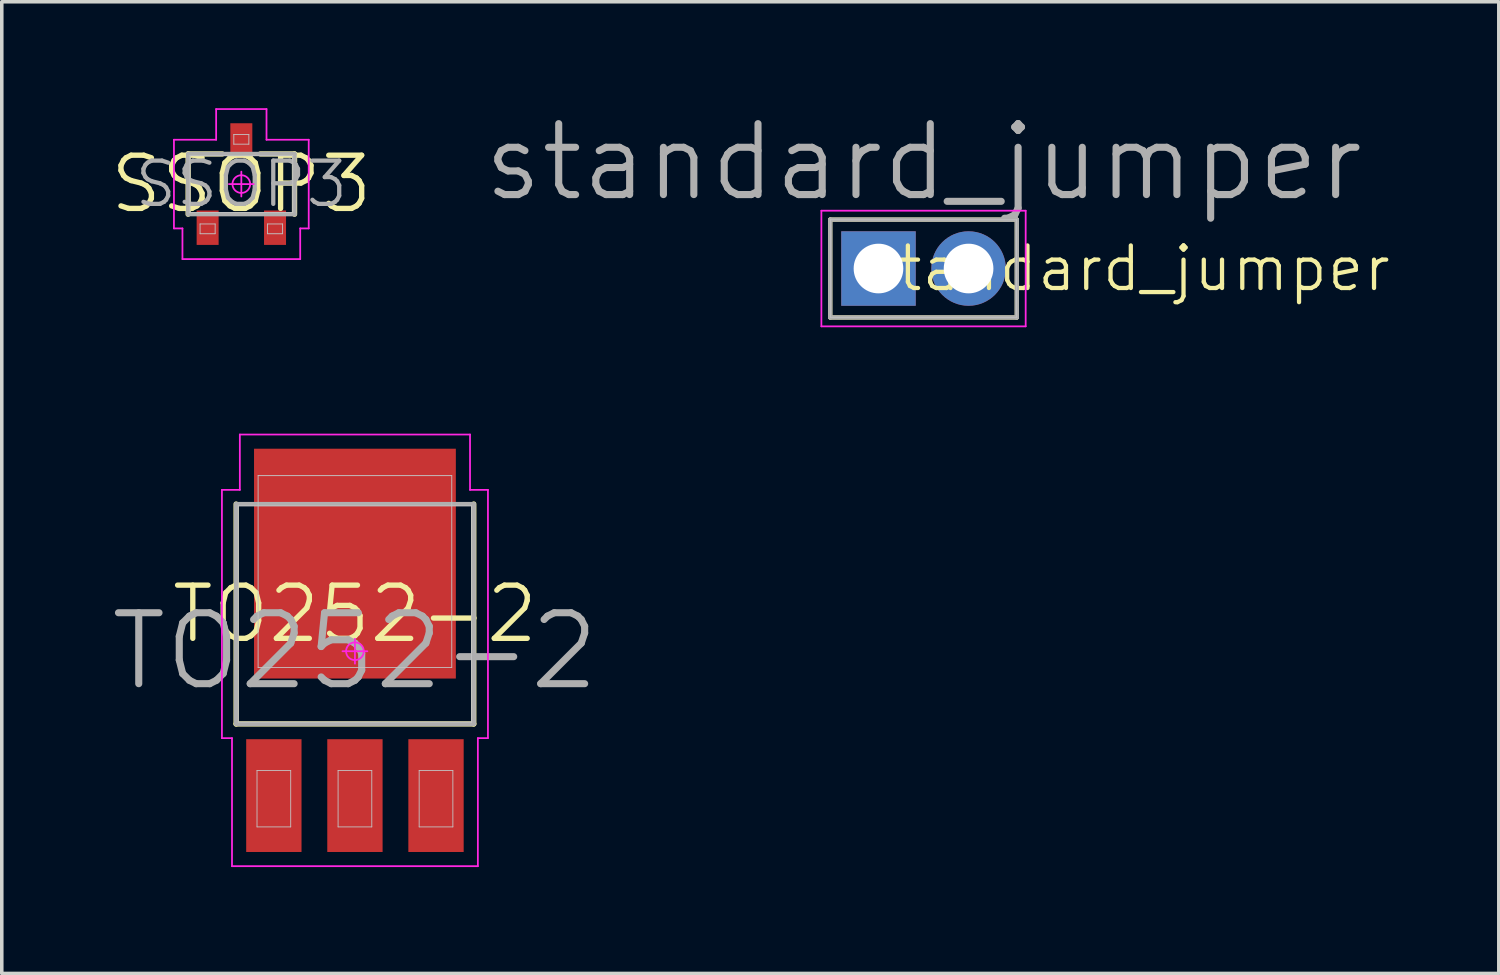
<source format=kicad_pcb>
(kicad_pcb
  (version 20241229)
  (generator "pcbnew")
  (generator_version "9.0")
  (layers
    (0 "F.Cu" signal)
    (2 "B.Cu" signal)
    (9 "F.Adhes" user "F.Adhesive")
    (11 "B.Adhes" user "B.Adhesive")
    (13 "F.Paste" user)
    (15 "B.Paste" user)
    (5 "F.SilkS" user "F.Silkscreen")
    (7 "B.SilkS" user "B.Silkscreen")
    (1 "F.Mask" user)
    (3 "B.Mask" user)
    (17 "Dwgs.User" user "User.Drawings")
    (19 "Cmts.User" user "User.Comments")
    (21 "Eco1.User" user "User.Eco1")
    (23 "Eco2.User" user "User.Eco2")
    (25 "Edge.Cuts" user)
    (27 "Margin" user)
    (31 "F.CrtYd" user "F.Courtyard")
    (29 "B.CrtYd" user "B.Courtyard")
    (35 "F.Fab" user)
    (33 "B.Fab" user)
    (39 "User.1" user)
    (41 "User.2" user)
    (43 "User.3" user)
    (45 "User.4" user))
  (footprint "SSOP3"
    (layer "F.Cu")
    (at 3.754 2.14)
    (property "Reference" "SSOP3" (at 0 0 0) (layer "F.SilkS") (effects (font (size 1.5 1.5) (thickness 0.15))))
    (attr smd)
    (fp_line (start -1.5 -0.85) (end -0.535 -0.85) (stroke (width 0.15) (type solid)) (layer "F.SilkS"))
    (fp_line (start -1.5 0.85) (end -1.5 -0.85) (stroke (width 0.15) (type solid)) (layer "F.SilkS"))
    (fp_line (start 1.5 -0.85) (end 0.535 -0.85) (stroke (width 0.15) (type solid)) (layer "F.SilkS"))
    (fp_line (start 1.5 0.85) (end 1.5 -0.85) (stroke (width 0.15) (type solid)) (layer "F.SilkS"))
    (fp_line (start -1.45 -0.8) (end 1.45 -0.8) (stroke (width 0.025) (type solid)) (layer "Dwgs.User"))
    (fp_line (start -1.45 0.8) (end -1.45 -0.8) (stroke (width 0.025) (type solid)) (layer "Dwgs.User"))
    (fp_line (start -1.163 1.125) (end -0.738 1.125) (stroke (width 0.025) (type solid)) (layer "Dwgs.User"))
    (fp_line (start -1.163 1.4) (end -1.163 1.125) (stroke (width 0.025) (type solid)) (layer "Dwgs.User"))
    (fp_line (start -0.738 1.125) (end -0.738 1.4) (stroke (width 0.025) (type solid)) (layer "Dwgs.User"))
    (fp_line (start -0.738 1.4) (end -1.163 1.4) (stroke (width 0.025) (type solid)) (layer "Dwgs.User"))
    (fp_line (start -0.212 -1.4) (end 0.212 -1.4) (stroke (width 0.025) (type solid)) (layer "Dwgs.User"))
    (fp_line (start -0.212 -1.125) (end -0.212 -1.4) (stroke (width 0.025) (type solid)) (layer "Dwgs.User"))
    (fp_line (start 0.212 -1.4) (end 0.212 -1.125) (stroke (width 0.025) (type solid)) (layer "Dwgs.User"))
    (fp_line (start 0.212 -1.125) (end -0.212 -1.125) (stroke (width 0.025) (type solid)) (layer "Dwgs.User"))
    (fp_line (start 0.738 1.125) (end 1.163 1.125) (stroke (width 0.025) (type solid)) (layer "Dwgs.User"))
    (fp_line (start 0.738 1.4) (end 0.738 1.125) (stroke (width 0.025) (type solid)) (layer "Dwgs.User"))
    (fp_line (start 1.163 1.125) (end 1.163 1.4) (stroke (width 0.025) (type solid)) (layer "Dwgs.User"))
    (fp_line (start 1.163 1.4) (end 0.738 1.4) (stroke (width 0.025) (type solid)) (layer "Dwgs.User"))
    (fp_line (start 1.45 -0.8) (end 1.45 0.8) (stroke (width 0.025) (type solid)) (layer "Dwgs.User"))
    (fp_line (start 1.45 0.8) (end -1.45 0.8) (stroke (width 0.025) (type solid)) (layer "Dwgs.User"))
    (fp_line (start -1.9 -1.25) (end -1.9 1.25) (stroke (width 0.05) (type solid)) (layer "F.CrtYd"))
    (fp_line (start -1.9 1.25) (end -1.66 1.25) (stroke (width 0.05) (type solid)) (layer "F.CrtYd"))
    (fp_line (start -1.66 1.25) (end -1.66 2.115) (stroke (width 0.05) (type solid)) (layer "F.CrtYd"))
    (fp_line (start -1.66 2.115) (end 1.66 2.115) (stroke (width 0.05) (type solid)) (layer "F.CrtYd"))
    (fp_line (start -0.71 -2.115) (end -0.71 -1.25) (stroke (width 0.05) (type solid)) (layer "F.CrtYd"))
    (fp_line (start -0.71 -1.25) (end -1.9 -1.25) (stroke (width 0.05) (type solid)) (layer "F.CrtYd"))
    (fp_line (start -0.35 0) (end 0.35 0) (stroke (width 0.05) (type solid)) (layer "F.CrtYd"))
    (fp_line (start 0 -0.35) (end 0 0.35) (stroke (width 0.05) (type solid)) (layer "F.CrtYd"))
    (fp_line (start 0.71 -2.115) (end -0.71 -2.115) (stroke (width 0.05) (type solid)) (layer "F.CrtYd"))
    (fp_line (start 0.71 -1.25) (end 0.71 -2.115) (stroke (width 0.05) (type solid)) (layer "F.CrtYd"))
    (fp_line (start 1.66 1.25) (end 1.9 1.25) (stroke (width 0.05) (type solid)) (layer "F.CrtYd"))
    (fp_line (start 1.66 2.115) (end 1.66 1.25) (stroke (width 0.05) (type solid)) (layer "F.CrtYd"))
    (fp_line (start 1.9 -1.25) (end 0.71 -1.25) (stroke (width 0.05) (type solid)) (layer "F.CrtYd"))
    (fp_line (start 1.9 1.25) (end 1.9 -1.25) (stroke (width 0.05) (type solid)) (layer "F.CrtYd"))
    (fp_circle (center 0 0) (end 0 0.25) (stroke (width 0.05) (type solid)) (fill no) (layer "F.CrtYd"))
    (fp_line (start -1.5 -0.85) (end 1.5 -0.85) (stroke (width 0.12) (type solid)) (layer "F.Fab"))
    (fp_line (start -1.5 0.85) (end -1.5 -0.85) (stroke (width 0.12) (type solid)) (layer "F.Fab"))
    (fp_line (start 1.5 -0.85) (end 1.5 0.85) (stroke (width 0.12) (type solid)) (layer "F.Fab"))
    (fp_line (start 1.5 0.85) (end -1.5 0.85) (stroke (width 0.12) (type solid)) (layer "F.Fab"))
    (fp_text user "${REFERENCE}" (at 0 0 0) (layer "F.Fab") (effects (font (size 1.22 1.22) (thickness 0.12))))
    (pad "1" smd rect (at -0.95 1.23 90) (size 0.97 0.62) (layers "F.Cu" "F.Mask" "F.Paste"))
    (pad "2" smd rect (at 0.95 1.23 90) (size 0.97 0.62) (layers "F.Cu" "F.Mask" "F.Paste"))
    (pad "3" smd rect (at 0 -1.23 90) (size 0.97 0.62) (layers "F.Cu" "F.Mask" "F.Paste")))
  (footprint "TO252-2"
    (layer "F.Cu")
    (at 6.957 15.311)
    (property "Reference" "TO252-2" (at 0 -1.05 0) (layer "F.SilkS") (effects (font (size 1.5 1.5) (thickness 0.15))))
    (attr smd)
    (fp_line (start -3.35 2.05) (end -3.35 -4.15) (stroke (width 0.15) (type solid)) (layer "F.SilkS"))
    (fp_line (start 3.35 -4.15) (end 3.35 2.05) (stroke (width 0.15) (type solid)) (layer "F.SilkS"))
    (fp_line (start 3.35 2.05) (end -3.35 2.05) (stroke (width 0.15) (type solid)) (layer "F.SilkS"))
    (fp_line (start -3.288 -4.1) (end 3.288 -4.1) (stroke (width 0.025) (type solid)) (layer "Dwgs.User"))
    (fp_line (start -3.288 2) (end -3.288 -4.1) (stroke (width 0.025) (type solid)) (layer "Dwgs.User"))
    (fp_line (start -2.761 3.362) (end -1.811 3.362) (stroke (width 0.025) (type solid)) (layer "Dwgs.User"))
    (fp_line (start -2.761 4.952) (end -2.761 3.362) (stroke (width 0.025) (type solid)) (layer "Dwgs.User"))
    (fp_line (start -2.73 -4.952) (end 2.73 -4.952) (stroke (width 0.025) (type solid)) (layer "Dwgs.User"))
    (fp_line (start -2.73 0.458) (end -2.73 -4.952) (stroke (width 0.025) (type solid)) (layer "Dwgs.User"))
    (fp_line (start -1.811 3.362) (end -1.811 4.952) (stroke (width 0.025) (type solid)) (layer "Dwgs.User"))
    (fp_line (start -1.811 4.952) (end -2.761 4.952) (stroke (width 0.025) (type solid)) (layer "Dwgs.User"))
    (fp_line (start -0.475 3.362) (end 0.475 3.362) (stroke (width 0.025) (type solid)) (layer "Dwgs.User"))
    (fp_line (start -0.475 4.952) (end -0.475 3.362) (stroke (width 0.025) (type solid)) (layer "Dwgs.User"))
    (fp_line (start 0.475 3.362) (end 0.475 4.952) (stroke (width 0.025) (type solid)) (layer "Dwgs.User"))
    (fp_line (start 0.475 4.952) (end -0.475 4.952) (stroke (width 0.025) (type solid)) (layer "Dwgs.User"))
    (fp_line (start 1.811 3.362) (end 2.761 3.362) (stroke (width 0.025) (type solid)) (layer "Dwgs.User"))
    (fp_line (start 1.811 4.952) (end 1.811 3.362) (stroke (width 0.025) (type solid)) (layer "Dwgs.User"))
    (fp_line (start 2.73 -4.952) (end 2.73 0.458) (stroke (width 0.025) (type solid)) (layer "Dwgs.User"))
    (fp_line (start 2.73 0.458) (end -2.73 0.458) (stroke (width 0.025) (type solid)) (layer "Dwgs.User"))
    (fp_line (start 2.761 3.362) (end 2.761 4.952) (stroke (width 0.025) (type solid)) (layer "Dwgs.User"))
    (fp_line (start 2.761 4.952) (end 1.811 4.952) (stroke (width 0.025) (type solid)) (layer "Dwgs.User"))
    (fp_line (start 3.288 -4.1) (end 3.288 2) (stroke (width 0.025) (type solid)) (layer "Dwgs.User"))
    (fp_line (start 3.288 2) (end -3.288 2) (stroke (width 0.025) (type solid)) (layer "Dwgs.User"))
    (fp_line (start -3.75 -4.55) (end -3.75 2.45) (stroke (width 0.05) (type solid)) (layer "F.CrtYd"))
    (fp_line (start -3.75 2.45) (end -3.466 2.45) (stroke (width 0.05) (type solid)) (layer "F.CrtYd"))
    (fp_line (start -3.466 2.45) (end -3.466 6.06) (stroke (width 0.05) (type solid)) (layer "F.CrtYd"))
    (fp_line (start -3.466 6.06) (end 3.466 6.06) (stroke (width 0.05) (type solid)) (layer "F.CrtYd"))
    (fp_line (start -3.245 -6.11) (end -3.245 -4.55) (stroke (width 0.05) (type solid)) (layer "F.CrtYd"))
    (fp_line (start -3.245 -4.55) (end -3.75 -4.55) (stroke (width 0.05) (type solid)) (layer "F.CrtYd"))
    (fp_line (start -0.35 0) (end 0.35 0) (stroke (width 0.05) (type solid)) (layer "F.CrtYd"))
    (fp_line (start 0 -0.35) (end 0 0.35) (stroke (width 0.05) (type solid)) (layer "F.CrtYd"))
    (fp_line (start 3.245 -6.11) (end -3.245 -6.11) (stroke (width 0.05) (type solid)) (layer "F.CrtYd"))
    (fp_line (start 3.245 -4.55) (end 3.245 -6.11) (stroke (width 0.05) (type solid)) (layer "F.CrtYd"))
    (fp_line (start 3.466 2.45) (end 3.75 2.45) (stroke (width 0.05) (type solid)) (layer "F.CrtYd"))
    (fp_line (start 3.466 6.06) (end 3.466 2.45) (stroke (width 0.05) (type solid)) (layer "F.CrtYd"))
    (fp_line (start 3.75 -4.55) (end 3.245 -4.55) (stroke (width 0.05) (type solid)) (layer "F.CrtYd"))
    (fp_line (start 3.75 2.45) (end 3.75 -4.55) (stroke (width 0.05) (type solid)) (layer "F.CrtYd"))
    (fp_circle (center 0 0) (end 0 0.25) (stroke (width 0.05) (type solid)) (fill no) (layer "F.CrtYd"))
    (fp_line (start -3.35 -4.15) (end 3.35 -4.15) (stroke (width 0.12) (type solid)) (layer "F.Fab"))
    (fp_line (start -3.35 2.05) (end -3.35 -4.15) (stroke (width 0.12) (type solid)) (layer "F.Fab"))
    (fp_line (start 3.35 -4.15) (end 3.35 2.05) (stroke (width 0.12) (type solid)) (layer "F.Fab"))
    (fp_line (start 3.35 2.05) (end -3.35 2.05) (stroke (width 0.12) (type solid)) (layer "F.Fab"))
    (fp_text user "${REFERENCE}" (at 0 0 0) (layer "F.Fab") (effects (font (size 2 2) (thickness 0.2))))
    (pad "" smd roundrect (at -1.9 -4.63 90) (size 1.57 1.31) (layers "F.Paste") (roundrect_rratio 0.25))
    (pad "" smd roundrect (at -1.9 -2.47 90) (size 1.57 1.31) (layers "F.Paste") (roundrect_rratio 0.25))
    (pad "" smd roundrect (at -1.9 -0.31 90) (size 1.57 1.31) (layers "F.Paste") (roundrect_rratio 0.25))
    (pad "" smd roundrect (at 0 -4.63 90) (size 1.57 1.31) (layers "F.Paste") (roundrect_rratio 0.25))
    (pad "" smd roundrect (at 0 -2.47 90) (size 1.57 1.31) (layers "F.Paste") (roundrect_rratio 0.25))
    (pad "" smd roundrect (at 0 -0.31 90) (size 1.57 1.31) (layers "F.Paste") (roundrect_rratio 0.25))
    (pad "" smd roundrect (at 1.9 -4.63 90) (size 1.57 1.31) (layers "F.Paste") (roundrect_rratio 0.25))
    (pad "" smd roundrect (at 1.9 -2.47 90) (size 1.57 1.31) (layers "F.Paste") (roundrect_rratio 0.25))
    (pad "" smd roundrect (at 1.9 -0.31 90) (size 1.57 1.31) (layers "F.Paste") (roundrect_rratio 0.25))
    (pad "1" smd rect (at -2.286 4.07 90) (size 3.18 1.56) (layers "F.Cu" "F.Mask" "F.Paste"))
    (pad "2" smd rect (at 0 4.07 90) (size 3.18 1.56) (layers "F.Cu" "F.Mask" "F.Paste"))
    (pad "3" smd rect (at 2.286 4.07 90) (size 3.18 1.56) (layers "F.Cu" "F.Mask" "F.Paste"))
    (pad "4" smd rect (at 0 -2.47 90) (size 6.48 5.69) (layers "F.Cu" "F.Mask")))
  (footprint "standard_jumper"
    (layer "F.Cu")
    (at 21.718 4.521)
    (property "Reference" "standard_jumper" (at 7 0 0) (layer "F.SilkS") (effects (font (size 1.2 1.2) (thickness 0.12))))
    (attr through_hole)
    (fp_line (start -1.36 -1.38) (end 3.9 -1.38) (stroke (width 0.12) (type solid)) (layer "F.SilkS"))
    (fp_line (start -1.36 1.38) (end -1.36 -1.38) (stroke (width 0.12) (type solid)) (layer "F.SilkS"))
    (fp_line (start 3.9 -1.38) (end 3.9 1.38) (stroke (width 0.12) (type solid)) (layer "F.SilkS"))
    (fp_line (start 3.9 1.38) (end -1.36 1.38) (stroke (width 0.12) (type solid)) (layer "F.SilkS"))
    (fp_line (start -1.355 -1.375) (end 3.895 -1.375) (stroke (width 0.025) (type solid)) (layer "Dwgs.User"))
    (fp_line (start -1.355 1.375) (end -1.355 -1.375) (stroke (width 0.025) (type solid)) (layer "Dwgs.User"))
    (fp_line (start 3.895 -1.375) (end 3.895 1.375) (stroke (width 0.025) (type solid)) (layer "Dwgs.User"))
    (fp_line (start 3.895 1.375) (end -1.355 1.375) (stroke (width 0.025) (type solid)) (layer "Dwgs.User"))
    (fp_circle (center 0 0) (end 0 0.6) (stroke (width 0.025) (type solid)) (fill no) (layer "Dwgs.User"))
    (fp_circle (center 2.54 0) (end 2.54 0.6) (stroke (width 0.025) (type solid)) (fill no) (layer "Dwgs.User"))
    (fp_line (start -1.61 -1.63) (end 4.15 -1.63) (stroke (width 0.05) (type solid)) (layer "F.CrtYd"))
    (fp_line (start -1.61 1.63) (end -1.61 -1.63) (stroke (width 0.05) (type solid)) (layer "F.CrtYd"))
    (fp_line (start 4.15 -1.63) (end 4.15 1.63) (stroke (width 0.05) (type solid)) (layer "F.CrtYd"))
    (fp_line (start 4.15 1.63) (end -1.61 1.63) (stroke (width 0.05) (type solid)) (layer "F.CrtYd"))
    (fp_line (start -1.36 -1.38) (end 3.9 -1.38) (stroke (width 0.12) (type solid)) (layer "F.Fab"))
    (fp_line (start -1.36 1.38) (end -1.36 -1.38) (stroke (width 0.12) (type solid)) (layer "F.Fab"))
    (fp_line (start 3.9 -1.38) (end 3.9 1.38) (stroke (width 0.12) (type solid)) (layer "F.Fab"))
    (fp_line (start 3.9 1.38) (end -1.36 1.38) (stroke (width 0.12) (type solid)) (layer "F.Fab"))
    (fp_text user "${REFERENCE}" (at 1.27 -3 0) (layer "F.Fab") (effects (font (size 2 2) (thickness 0.2))))
    (pad "1" thru_hole rect (at 0 0) (size 2.1 2.1) (drill 1.4) (layers "*.Cu" "*.Mask"))
    (pad "2" thru_hole circle (at 2.54 0) (size 2.1 2.1) (drill 1.4) (layers "*.Cu" "*.Mask")))
  (gr_rect
    (start -3 -3)
    (end 39.207 24.396)
    (stroke (width 0.1) (type default))
    (fill no)
    (layer "Edge.Cuts")))
</source>
